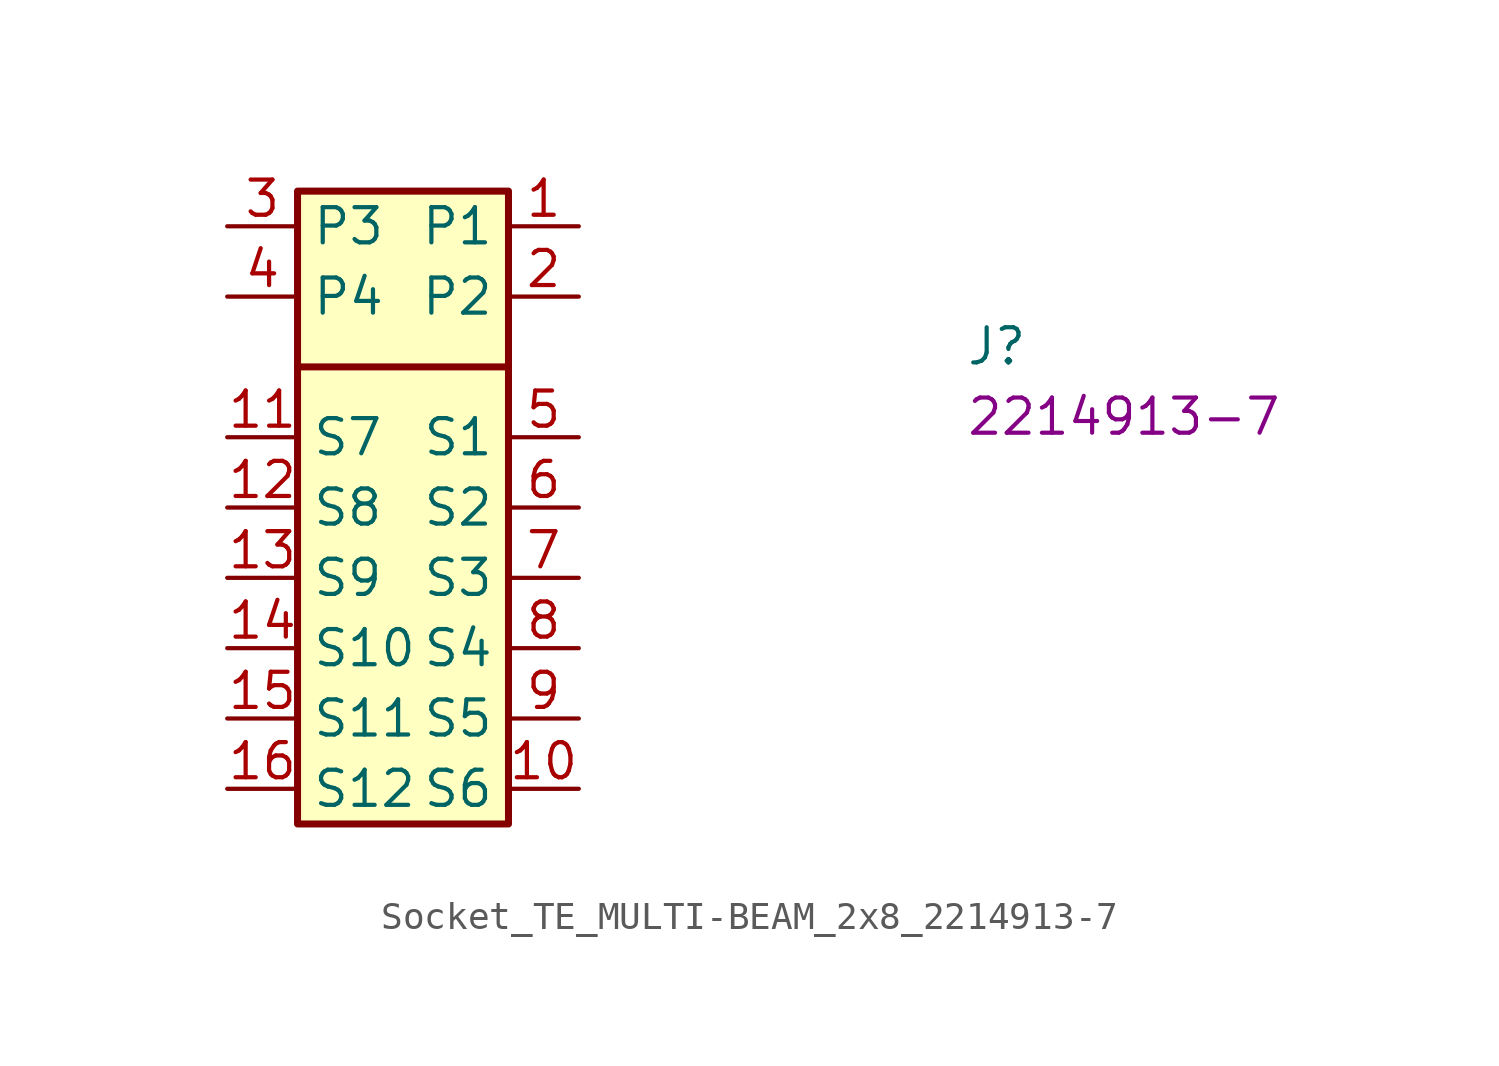
<source format=kicad_sym>
(kicad_symbol_lib
  (version 20220914)
  (generator kicad_symbol_editor)
  (symbol "Socket_TE_MULTI-BEAM_2x8_2214913-7"
    (property "Reference" "J"
      (at 26.67 -5.08 0)
      (effects (font (size 1.27 1.27) (thickness 0.15)) (justify left bottom)))
    (property "MPN" "2214913-7"
      (at 26.67 -7.62 0)
      (effects (font (size 1.27 1.27) (thickness 0.15)) (justify left bottom)))
    (symbol "Socket_TE_MULTI-BEAM_2x8_2214913-7_1_1"
      (polyline (pts (xy 2.54 -5.08) (xy 10.16 -5.08)) (stroke (width 0.254) (type default)) (fill (type background)))
      (rectangle (start 2.54 1.27) (end 10.16 -21.59) (stroke (width 0.254) (type default)) (fill (type background)))
      (pin passive line (at 12.7 0 180) (length 2.54) (name "P1" (effects (font (size 1.27 1.27)))) (number "1" (effects (font (size 1.27 1.27)))))
      (pin passive line (at 12.7 -20.32 180) (length 2.54) (name "S6" (effects (font (size 1.27 1.27)))) (number "10" (effects (font (size 1.27 1.27)))))
      (pin passive line (at 0 -7.62 0) (length 2.54) (name "S7" (effects (font (size 1.27 1.27)))) (number "11" (effects (font (size 1.27 1.27)))))
      (pin passive line (at 0 -10.16 0) (length 2.54) (name "S8" (effects (font (size 1.27 1.27)))) (number "12" (effects (font (size 1.27 1.27)))))
      (pin passive line (at 0 -12.7 0) (length 2.54) (name "S9" (effects (font (size 1.27 1.27)))) (number "13" (effects (font (size 1.27 1.27)))))
      (pin passive line (at 0 -15.24 0) (length 2.54) (name "S10" (effects (font (size 1.27 1.27)))) (number "14" (effects (font (size 1.27 1.27)))))
      (pin passive line (at 0 -17.78 0) (length 2.54) (name "S11" (effects (font (size 1.27 1.27)))) (number "15" (effects (font (size 1.27 1.27)))))
      (pin passive line (at 0 -20.32 0) (length 2.54) (name "S12" (effects (font (size 1.27 1.27)))) (number "16" (effects (font (size 1.27 1.27)))))
      (pin passive line (at 12.7 -2.54 180) (length 2.54) (name "P2" (effects (font (size 1.27 1.27)))) (number "2" (effects (font (size 1.27 1.27)))))
      (pin passive line (at 0 0 0) (length 2.54) (name "P3" (effects (font (size 1.27 1.27)))) (number "3" (effects (font (size 1.27 1.27)))))
      (pin passive line (at 0 -2.54 0) (length 2.54) (name "P4" (effects (font (size 1.27 1.27)))) (number "4" (effects (font (size 1.27 1.27)))))
      (pin passive line (at 12.7 -7.62 180) (length 2.54) (name "S1" (effects (font (size 1.27 1.27)))) (number "5" (effects (font (size 1.27 1.27)))))
      (pin passive line (at 12.7 -10.16 180) (length 2.54) (name "S2" (effects (font (size 1.27 1.27)))) (number "6" (effects (font (size 1.27 1.27)))))
      (pin passive line (at 12.7 -12.7 180) (length 2.54) (name "S3" (effects (font (size 1.27 1.27)))) (number "7" (effects (font (size 1.27 1.27)))))
      (pin passive line (at 12.7 -15.24 180) (length 2.54) (name "S4" (effects (font (size 1.27 1.27)))) (number "8" (effects (font (size 1.27 1.27)))))
      (pin passive line (at 12.7 -17.78 180) (length 2.54) (name "S5" (effects (font (size 1.27 1.27)))) (number "9" (effects (font (size 1.27 1.27))))))))
</source>
